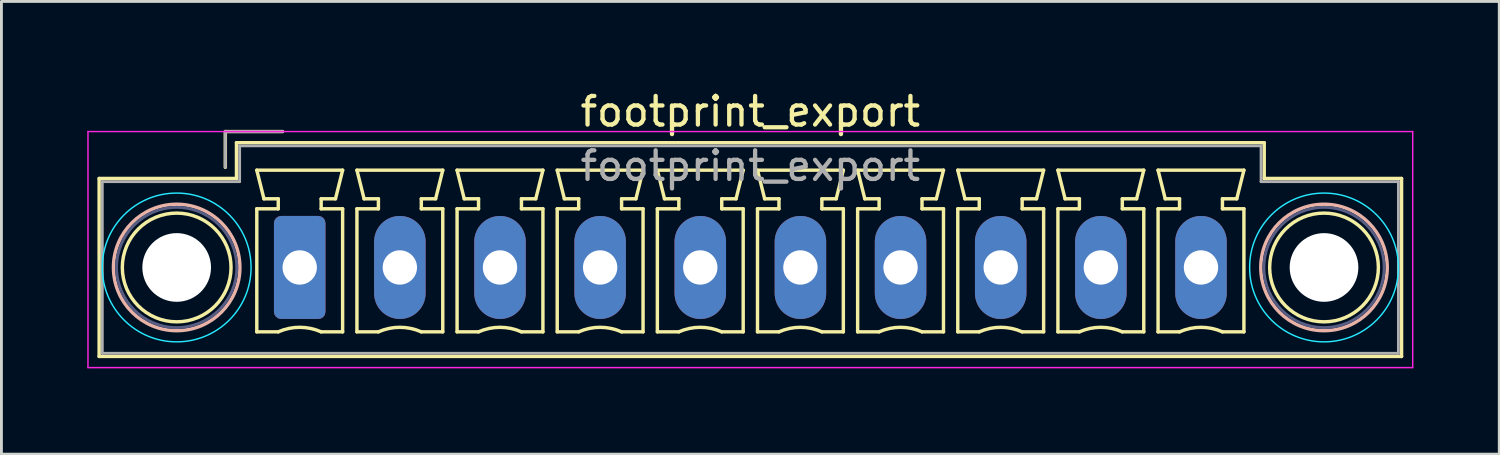
<source format=kicad_pcb>
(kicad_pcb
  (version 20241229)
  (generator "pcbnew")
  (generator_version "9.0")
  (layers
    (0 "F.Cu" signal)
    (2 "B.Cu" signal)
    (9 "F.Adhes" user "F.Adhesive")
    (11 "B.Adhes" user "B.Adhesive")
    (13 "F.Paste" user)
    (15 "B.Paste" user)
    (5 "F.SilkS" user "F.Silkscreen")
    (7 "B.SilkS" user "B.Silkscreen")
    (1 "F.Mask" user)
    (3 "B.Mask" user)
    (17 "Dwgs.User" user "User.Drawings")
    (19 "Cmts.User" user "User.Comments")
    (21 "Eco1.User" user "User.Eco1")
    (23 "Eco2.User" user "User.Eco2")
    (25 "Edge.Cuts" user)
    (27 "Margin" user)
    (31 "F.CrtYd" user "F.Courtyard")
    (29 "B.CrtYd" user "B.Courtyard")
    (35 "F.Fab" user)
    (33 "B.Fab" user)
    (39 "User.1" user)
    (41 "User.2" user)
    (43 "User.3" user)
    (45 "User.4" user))
  (footprint "footprint_export"
    (layer "F.Cu")
    (at 7.425 6.298)
    (property "Reference" "footprint_export" (at 15.75 -5.45 0) (layer "F.SilkS") (effects (font (size 1 1) (thickness 0.15))))
    (attr through_hole)
    (fp_line (start -7.01 -3.11) (end -7.01 3.11) (stroke (width 0.12) (type solid)) (layer "F.SilkS"))
    (fp_line (start -7.01 3.11) (end 38.51 3.11) (stroke (width 0.12) (type solid)) (layer "F.SilkS"))
    (fp_line (start -2.6 -4.75) (end -0.6 -4.75) (stroke (width 0.12) (type solid)) (layer "F.SilkS"))
    (fp_line (start -2.6 -3.5) (end -2.6 -4.75) (stroke (width 0.12) (type solid)) (layer "F.SilkS"))
    (fp_line (start -2.21 -4.36) (end -2.21 -3.11) (stroke (width 0.12) (type solid)) (layer "F.SilkS"))
    (fp_line (start -2.21 -3.11) (end -7.01 -3.11) (stroke (width 0.12) (type solid)) (layer "F.SilkS"))
    (fp_line (start -1.5 -3.4) (end 1.5 -3.4) (stroke (width 0.12) (type solid)) (layer "F.SilkS"))
    (fp_line (start -1.5 -2.05) (end -0.75 -2.05) (stroke (width 0.12) (type solid)) (layer "F.SilkS"))
    (fp_line (start -1.5 2.25) (end -1.5 -2.05) (stroke (width 0.12) (type solid)) (layer "F.SilkS"))
    (fp_line (start -1.25 -2.4) (end -1.5 -3.4) (stroke (width 0.12) (type solid)) (layer "F.SilkS"))
    (fp_line (start -0.75 -2.4) (end -1.25 -2.4) (stroke (width 0.12) (type solid)) (layer "F.SilkS"))
    (fp_line (start -0.75 -2.05) (end -0.75 -2.4) (stroke (width 0.12) (type solid)) (layer "F.SilkS"))
    (fp_line (start -0.75 2.25) (end -1.5 2.25) (stroke (width 0.12) (type solid)) (layer "F.SilkS"))
    (fp_line (start 0.75 -2.4) (end 0.75 -2.05) (stroke (width 0.12) (type solid)) (layer "F.SilkS"))
    (fp_line (start 0.75 -2.05) (end 1.5 -2.05) (stroke (width 0.12) (type solid)) (layer "F.SilkS"))
    (fp_line (start 1.25 -2.4) (end 0.75 -2.4) (stroke (width 0.12) (type solid)) (layer "F.SilkS"))
    (fp_line (start 1.5 -3.4) (end 1.25 -2.4) (stroke (width 0.12) (type solid)) (layer "F.SilkS"))
    (fp_line (start 1.5 -2.05) (end 1.5 2.25) (stroke (width 0.12) (type solid)) (layer "F.SilkS"))
    (fp_line (start 1.5 2.25) (end 0.75 2.25) (stroke (width 0.12) (type solid)) (layer "F.SilkS"))
    (fp_line (start 2 -3.4) (end 5 -3.4) (stroke (width 0.12) (type solid)) (layer "F.SilkS"))
    (fp_line (start 2 -2.05) (end 2.75 -2.05) (stroke (width 0.12) (type solid)) (layer "F.SilkS"))
    (fp_line (start 2 2.25) (end 2 -2.05) (stroke (width 0.12) (type solid)) (layer "F.SilkS"))
    (fp_line (start 2.25 -2.4) (end 2 -3.4) (stroke (width 0.12) (type solid)) (layer "F.SilkS"))
    (fp_line (start 2.75 -2.4) (end 2.25 -2.4) (stroke (width 0.12) (type solid)) (layer "F.SilkS"))
    (fp_line (start 2.75 -2.05) (end 2.75 -2.4) (stroke (width 0.12) (type solid)) (layer "F.SilkS"))
    (fp_line (start 2.75 2.25) (end 2 2.25) (stroke (width 0.12) (type solid)) (layer "F.SilkS"))
    (fp_line (start 4.25 -2.4) (end 4.25 -2.05) (stroke (width 0.12) (type solid)) (layer "F.SilkS"))
    (fp_line (start 4.25 -2.05) (end 5 -2.05) (stroke (width 0.12) (type solid)) (layer "F.SilkS"))
    (fp_line (start 4.75 -2.4) (end 4.25 -2.4) (stroke (width 0.12) (type solid)) (layer "F.SilkS"))
    (fp_line (start 5 -3.4) (end 4.75 -2.4) (stroke (width 0.12) (type solid)) (layer "F.SilkS"))
    (fp_line (start 5 -2.05) (end 5 2.25) (stroke (width 0.12) (type solid)) (layer "F.SilkS"))
    (fp_line (start 5 2.25) (end 4.25 2.25) (stroke (width 0.12) (type solid)) (layer "F.SilkS"))
    (fp_line (start 5.5 -3.4) (end 8.5 -3.4) (stroke (width 0.12) (type solid)) (layer "F.SilkS"))
    (fp_line (start 5.5 -2.05) (end 6.25 -2.05) (stroke (width 0.12) (type solid)) (layer "F.SilkS"))
    (fp_line (start 5.5 2.25) (end 5.5 -2.05) (stroke (width 0.12) (type solid)) (layer "F.SilkS"))
    (fp_line (start 5.75 -2.4) (end 5.5 -3.4) (stroke (width 0.12) (type solid)) (layer "F.SilkS"))
    (fp_line (start 6.25 -2.4) (end 5.75 -2.4) (stroke (width 0.12) (type solid)) (layer "F.SilkS"))
    (fp_line (start 6.25 -2.05) (end 6.25 -2.4) (stroke (width 0.12) (type solid)) (layer "F.SilkS"))
    (fp_line (start 6.25 2.25) (end 5.5 2.25) (stroke (width 0.12) (type solid)) (layer "F.SilkS"))
    (fp_line (start 7.75 -2.4) (end 7.75 -2.05) (stroke (width 0.12) (type solid)) (layer "F.SilkS"))
    (fp_line (start 7.75 -2.05) (end 8.5 -2.05) (stroke (width 0.12) (type solid)) (layer "F.SilkS"))
    (fp_line (start 8.25 -2.4) (end 7.75 -2.4) (stroke (width 0.12) (type solid)) (layer "F.SilkS"))
    (fp_line (start 8.5 -3.4) (end 8.25 -2.4) (stroke (width 0.12) (type solid)) (layer "F.SilkS"))
    (fp_line (start 8.5 -2.05) (end 8.5 2.25) (stroke (width 0.12) (type solid)) (layer "F.SilkS"))
    (fp_line (start 8.5 2.25) (end 7.75 2.25) (stroke (width 0.12) (type solid)) (layer "F.SilkS"))
    (fp_line (start 9 -3.4) (end 12 -3.4) (stroke (width 0.12) (type solid)) (layer "F.SilkS"))
    (fp_line (start 9 -2.05) (end 9.75 -2.05) (stroke (width 0.12) (type solid)) (layer "F.SilkS"))
    (fp_line (start 9 2.25) (end 9 -2.05) (stroke (width 0.12) (type solid)) (layer "F.SilkS"))
    (fp_line (start 9.25 -2.4) (end 9 -3.4) (stroke (width 0.12) (type solid)) (layer "F.SilkS"))
    (fp_line (start 9.75 -2.4) (end 9.25 -2.4) (stroke (width 0.12) (type solid)) (layer "F.SilkS"))
    (fp_line (start 9.75 -2.05) (end 9.75 -2.4) (stroke (width 0.12) (type solid)) (layer "F.SilkS"))
    (fp_line (start 9.75 2.25) (end 9 2.25) (stroke (width 0.12) (type solid)) (layer "F.SilkS"))
    (fp_line (start 11.25 -2.4) (end 11.25 -2.05) (stroke (width 0.12) (type solid)) (layer "F.SilkS"))
    (fp_line (start 11.25 -2.05) (end 12 -2.05) (stroke (width 0.12) (type solid)) (layer "F.SilkS"))
    (fp_line (start 11.75 -2.4) (end 11.25 -2.4) (stroke (width 0.12) (type solid)) (layer "F.SilkS"))
    (fp_line (start 12 -3.4) (end 11.75 -2.4) (stroke (width 0.12) (type solid)) (layer "F.SilkS"))
    (fp_line (start 12 -2.05) (end 12 2.25) (stroke (width 0.12) (type solid)) (layer "F.SilkS"))
    (fp_line (start 12 2.25) (end 11.25 2.25) (stroke (width 0.12) (type solid)) (layer "F.SilkS"))
    (fp_line (start 12.5 -3.4) (end 15.5 -3.4) (stroke (width 0.12) (type solid)) (layer "F.SilkS"))
    (fp_line (start 12.5 -2.05) (end 13.25 -2.05) (stroke (width 0.12) (type solid)) (layer "F.SilkS"))
    (fp_line (start 12.5 2.25) (end 12.5 -2.05) (stroke (width 0.12) (type solid)) (layer "F.SilkS"))
    (fp_line (start 12.75 -2.4) (end 12.5 -3.4) (stroke (width 0.12) (type solid)) (layer "F.SilkS"))
    (fp_line (start 13.25 -2.4) (end 12.75 -2.4) (stroke (width 0.12) (type solid)) (layer "F.SilkS"))
    (fp_line (start 13.25 -2.05) (end 13.25 -2.4) (stroke (width 0.12) (type solid)) (layer "F.SilkS"))
    (fp_line (start 13.25 2.25) (end 12.5 2.25) (stroke (width 0.12) (type solid)) (layer "F.SilkS"))
    (fp_line (start 14.75 -2.4) (end 14.75 -2.05) (stroke (width 0.12) (type solid)) (layer "F.SilkS"))
    (fp_line (start 14.75 -2.05) (end 15.5 -2.05) (stroke (width 0.12) (type solid)) (layer "F.SilkS"))
    (fp_line (start 15.25 -2.4) (end 14.75 -2.4) (stroke (width 0.12) (type solid)) (layer "F.SilkS"))
    (fp_line (start 15.5 -3.4) (end 15.25 -2.4) (stroke (width 0.12) (type solid)) (layer "F.SilkS"))
    (fp_line (start 15.5 -2.05) (end 15.5 2.25) (stroke (width 0.12) (type solid)) (layer "F.SilkS"))
    (fp_line (start 15.5 2.25) (end 14.75 2.25) (stroke (width 0.12) (type solid)) (layer "F.SilkS"))
    (fp_line (start 16 -3.4) (end 19 -3.4) (stroke (width 0.12) (type solid)) (layer "F.SilkS"))
    (fp_line (start 16 -2.05) (end 16.75 -2.05) (stroke (width 0.12) (type solid)) (layer "F.SilkS"))
    (fp_line (start 16 2.25) (end 16 -2.05) (stroke (width 0.12) (type solid)) (layer "F.SilkS"))
    (fp_line (start 16.25 -2.4) (end 16 -3.4) (stroke (width 0.12) (type solid)) (layer "F.SilkS"))
    (fp_line (start 16.75 -2.4) (end 16.25 -2.4) (stroke (width 0.12) (type solid)) (layer "F.SilkS"))
    (fp_line (start 16.75 -2.05) (end 16.75 -2.4) (stroke (width 0.12) (type solid)) (layer "F.SilkS"))
    (fp_line (start 16.75 2.25) (end 16 2.25) (stroke (width 0.12) (type solid)) (layer "F.SilkS"))
    (fp_line (start 18.25 -2.4) (end 18.25 -2.05) (stroke (width 0.12) (type solid)) (layer "F.SilkS"))
    (fp_line (start 18.25 -2.05) (end 19 -2.05) (stroke (width 0.12) (type solid)) (layer "F.SilkS"))
    (fp_line (start 18.75 -2.4) (end 18.25 -2.4) (stroke (width 0.12) (type solid)) (layer "F.SilkS"))
    (fp_line (start 19 -3.4) (end 18.75 -2.4) (stroke (width 0.12) (type solid)) (layer "F.SilkS"))
    (fp_line (start 19 -2.05) (end 19 2.25) (stroke (width 0.12) (type solid)) (layer "F.SilkS"))
    (fp_line (start 19 2.25) (end 18.25 2.25) (stroke (width 0.12) (type solid)) (layer "F.SilkS"))
    (fp_line (start 19.5 -3.4) (end 22.5 -3.4) (stroke (width 0.12) (type solid)) (layer "F.SilkS"))
    (fp_line (start 19.5 -2.05) (end 20.25 -2.05) (stroke (width 0.12) (type solid)) (layer "F.SilkS"))
    (fp_line (start 19.5 2.25) (end 19.5 -2.05) (stroke (width 0.12) (type solid)) (layer "F.SilkS"))
    (fp_line (start 19.75 -2.4) (end 19.5 -3.4) (stroke (width 0.12) (type solid)) (layer "F.SilkS"))
    (fp_line (start 20.25 -2.4) (end 19.75 -2.4) (stroke (width 0.12) (type solid)) (layer "F.SilkS"))
    (fp_line (start 20.25 -2.05) (end 20.25 -2.4) (stroke (width 0.12) (type solid)) (layer "F.SilkS"))
    (fp_line (start 20.25 2.25) (end 19.5 2.25) (stroke (width 0.12) (type solid)) (layer "F.SilkS"))
    (fp_line (start 21.75 -2.4) (end 21.75 -2.05) (stroke (width 0.12) (type solid)) (layer "F.SilkS"))
    (fp_line (start 21.75 -2.05) (end 22.5 -2.05) (stroke (width 0.12) (type solid)) (layer "F.SilkS"))
    (fp_line (start 22.25 -2.4) (end 21.75 -2.4) (stroke (width 0.12) (type solid)) (layer "F.SilkS"))
    (fp_line (start 22.5 -3.4) (end 22.25 -2.4) (stroke (width 0.12) (type solid)) (layer "F.SilkS"))
    (fp_line (start 22.5 -2.05) (end 22.5 2.25) (stroke (width 0.12) (type solid)) (layer "F.SilkS"))
    (fp_line (start 22.5 2.25) (end 21.75 2.25) (stroke (width 0.12) (type solid)) (layer "F.SilkS"))
    (fp_line (start 23 -3.4) (end 26 -3.4) (stroke (width 0.12) (type solid)) (layer "F.SilkS"))
    (fp_line (start 23 -2.05) (end 23.75 -2.05) (stroke (width 0.12) (type solid)) (layer "F.SilkS"))
    (fp_line (start 23 2.25) (end 23 -2.05) (stroke (width 0.12) (type solid)) (layer "F.SilkS"))
    (fp_line (start 23.25 -2.4) (end 23 -3.4) (stroke (width 0.12) (type solid)) (layer "F.SilkS"))
    (fp_line (start 23.75 -2.4) (end 23.25 -2.4) (stroke (width 0.12) (type solid)) (layer "F.SilkS"))
    (fp_line (start 23.75 -2.05) (end 23.75 -2.4) (stroke (width 0.12) (type solid)) (layer "F.SilkS"))
    (fp_line (start 23.75 2.25) (end 23 2.25) (stroke (width 0.12) (type solid)) (layer "F.SilkS"))
    (fp_line (start 25.25 -2.4) (end 25.25 -2.05) (stroke (width 0.12) (type solid)) (layer "F.SilkS"))
    (fp_line (start 25.25 -2.05) (end 26 -2.05) (stroke (width 0.12) (type solid)) (layer "F.SilkS"))
    (fp_line (start 25.75 -2.4) (end 25.25 -2.4) (stroke (width 0.12) (type solid)) (layer "F.SilkS"))
    (fp_line (start 26 -3.4) (end 25.75 -2.4) (stroke (width 0.12) (type solid)) (layer "F.SilkS"))
    (fp_line (start 26 -2.05) (end 26 2.25) (stroke (width 0.12) (type solid)) (layer "F.SilkS"))
    (fp_line (start 26 2.25) (end 25.25 2.25) (stroke (width 0.12) (type solid)) (layer "F.SilkS"))
    (fp_line (start 26.5 -3.4) (end 29.5 -3.4) (stroke (width 0.12) (type solid)) (layer "F.SilkS"))
    (fp_line (start 26.5 -2.05) (end 27.25 -2.05) (stroke (width 0.12) (type solid)) (layer "F.SilkS"))
    (fp_line (start 26.5 2.25) (end 26.5 -2.05) (stroke (width 0.12) (type solid)) (layer "F.SilkS"))
    (fp_line (start 26.75 -2.4) (end 26.5 -3.4) (stroke (width 0.12) (type solid)) (layer "F.SilkS"))
    (fp_line (start 27.25 -2.4) (end 26.75 -2.4) (stroke (width 0.12) (type solid)) (layer "F.SilkS"))
    (fp_line (start 27.25 -2.05) (end 27.25 -2.4) (stroke (width 0.12) (type solid)) (layer "F.SilkS"))
    (fp_line (start 27.25 2.25) (end 26.5 2.25) (stroke (width 0.12) (type solid)) (layer "F.SilkS"))
    (fp_line (start 28.75 -2.4) (end 28.75 -2.05) (stroke (width 0.12) (type solid)) (layer "F.SilkS"))
    (fp_line (start 28.75 -2.05) (end 29.5 -2.05) (stroke (width 0.12) (type solid)) (layer "F.SilkS"))
    (fp_line (start 29.25 -2.4) (end 28.75 -2.4) (stroke (width 0.12) (type solid)) (layer "F.SilkS"))
    (fp_line (start 29.5 -3.4) (end 29.25 -2.4) (stroke (width 0.12) (type solid)) (layer "F.SilkS"))
    (fp_line (start 29.5 -2.05) (end 29.5 2.25) (stroke (width 0.12) (type solid)) (layer "F.SilkS"))
    (fp_line (start 29.5 2.25) (end 28.75 2.25) (stroke (width 0.12) (type solid)) (layer "F.SilkS"))
    (fp_line (start 30 -3.4) (end 33 -3.4) (stroke (width 0.12) (type solid)) (layer "F.SilkS"))
    (fp_line (start 30 -2.05) (end 30.75 -2.05) (stroke (width 0.12) (type solid)) (layer "F.SilkS"))
    (fp_line (start 30 2.25) (end 30 -2.05) (stroke (width 0.12) (type solid)) (layer "F.SilkS"))
    (fp_line (start 30.25 -2.4) (end 30 -3.4) (stroke (width 0.12) (type solid)) (layer "F.SilkS"))
    (fp_line (start 30.75 -2.4) (end 30.25 -2.4) (stroke (width 0.12) (type solid)) (layer "F.SilkS"))
    (fp_line (start 30.75 -2.05) (end 30.75 -2.4) (stroke (width 0.12) (type solid)) (layer "F.SilkS"))
    (fp_line (start 30.75 2.25) (end 30 2.25) (stroke (width 0.12) (type solid)) (layer "F.SilkS"))
    (fp_line (start 32.25 -2.4) (end 32.25 -2.05) (stroke (width 0.12) (type solid)) (layer "F.SilkS"))
    (fp_line (start 32.25 -2.05) (end 33 -2.05) (stroke (width 0.12) (type solid)) (layer "F.SilkS"))
    (fp_line (start 32.75 -2.4) (end 32.25 -2.4) (stroke (width 0.12) (type solid)) (layer "F.SilkS"))
    (fp_line (start 33 -3.4) (end 32.75 -2.4) (stroke (width 0.12) (type solid)) (layer "F.SilkS"))
    (fp_line (start 33 -2.05) (end 33 2.25) (stroke (width 0.12) (type solid)) (layer "F.SilkS"))
    (fp_line (start 33 2.25) (end 32.25 2.25) (stroke (width 0.12) (type solid)) (layer "F.SilkS"))
    (fp_line (start 33.71 -4.36) (end -2.21 -4.36) (stroke (width 0.12) (type solid)) (layer "F.SilkS"))
    (fp_line (start 33.71 -3.11) (end 33.71 -4.36) (stroke (width 0.12) (type solid)) (layer "F.SilkS"))
    (fp_line (start 38.51 -3.11) (end 33.71 -3.11) (stroke (width 0.12) (type solid)) (layer "F.SilkS"))
    (fp_line (start 38.51 3.11) (end 38.51 -3.11) (stroke (width 0.12) (type solid)) (layer "F.SilkS"))
    (fp_arc (start -0.75 2.25) (mid -0.000193 2.09191) (end 0.749647 2.249844) (stroke (width 0.12) (type solid)) (layer "F.SilkS"))
    (fp_arc (start 2.75 2.25) (mid 3.499807 2.09191) (end 4.249647 2.249844) (stroke (width 0.12) (type solid)) (layer "F.SilkS"))
    (fp_arc (start 6.25 2.25) (mid 6.999807 2.09191) (end 7.749647 2.249844) (stroke (width 0.12) (type solid)) (layer "F.SilkS"))
    (fp_arc (start 9.75 2.25) (mid 10.499807 2.09191) (end 11.249647 2.249844) (stroke (width 0.12) (type solid)) (layer "F.SilkS"))
    (fp_arc (start 13.25 2.25) (mid 13.999807 2.09191) (end 14.749647 2.249844) (stroke (width 0.12) (type solid)) (layer "F.SilkS"))
    (fp_arc (start 16.75 2.25) (mid 17.499807 2.09191) (end 18.249647 2.249844) (stroke (width 0.12) (type solid)) (layer "F.SilkS"))
    (fp_arc (start 20.25 2.25) (mid 20.999807 2.09191) (end 21.749647 2.249844) (stroke (width 0.12) (type solid)) (layer "F.SilkS"))
    (fp_arc (start 23.75 2.25) (mid 24.499807 2.09191) (end 25.249647 2.249844) (stroke (width 0.12) (type solid)) (layer "F.SilkS"))
    (fp_arc (start 27.25 2.25) (mid 27.999807 2.09191) (end 28.749647 2.249844) (stroke (width 0.12) (type solid)) (layer "F.SilkS"))
    (fp_arc (start 30.75 2.25) (mid 31.499807 2.09191) (end 32.249647 2.249844) (stroke (width 0.12) (type solid)) (layer "F.SilkS"))
    (fp_circle (center -4.3 0) (end -2.4 0) (stroke (width 0.12) (type solid)) (fill no) (layer "F.SilkS"))
    (fp_circle (center 35.8 0) (end 37.7 0) (stroke (width 0.12) (type solid)) (fill no) (layer "F.SilkS"))
    (fp_circle (center -4.3 0) (end -2.09 0) (stroke (width 0.12) (type solid)) (fill no) (layer "B.SilkS"))
    (fp_circle (center 35.8 0) (end 38.01 0) (stroke (width 0.12) (type solid)) (fill no) (layer "B.SilkS"))
    (fp_circle (center -4.3 0) (end -1.7 0) (stroke (width 0.05) (type solid)) (fill no) (layer "B.CrtYd"))
    (fp_circle (center 35.8 0) (end 38.4 0) (stroke (width 0.05) (type solid)) (fill no) (layer "B.CrtYd"))
    (fp_line (start -7.4 -4.75) (end -7.4 3.5) (stroke (width 0.05) (type solid)) (layer "F.CrtYd"))
    (fp_line (start -7.4 3.5) (end 38.9 3.5) (stroke (width 0.05) (type solid)) (layer "F.CrtYd"))
    (fp_line (start 38.9 -4.75) (end -7.4 -4.75) (stroke (width 0.05) (type solid)) (layer "F.CrtYd"))
    (fp_line (start 38.9 3.5) (end 38.9 -4.75) (stroke (width 0.05) (type solid)) (layer "F.CrtYd"))
    (fp_circle (center -4.3 0) (end -2.2 0) (stroke (width 0.1) (type solid)) (fill no) (layer "B.Fab"))
    (fp_circle (center 35.8 0) (end 37.9 0) (stroke (width 0.1) (type solid)) (fill no) (layer "B.Fab"))
    (fp_line (start -6.9 -3) (end -6.9 3) (stroke (width 0.1) (type solid)) (layer "F.Fab"))
    (fp_line (start -6.9 3) (end 38.4 3) (stroke (width 0.1) (type solid)) (layer "F.Fab"))
    (fp_line (start -2.6 -4.75) (end -0.6 -4.75) (stroke (width 0.1) (type solid)) (layer "F.Fab"))
    (fp_line (start -2.6 -3.5) (end -2.6 -4.75) (stroke (width 0.1) (type solid)) (layer "F.Fab"))
    (fp_line (start -2.1 -4.25) (end -2.1 -3) (stroke (width 0.1) (type solid)) (layer "F.Fab"))
    (fp_line (start -2.1 -3) (end -6.9 -3) (stroke (width 0.1) (type solid)) (layer "F.Fab"))
    (fp_line (start 33.6 -4.25) (end -2.1 -4.25) (stroke (width 0.1) (type solid)) (layer "F.Fab"))
    (fp_line (start 33.6 -3) (end 33.6 -4.25) (stroke (width 0.1) (type solid)) (layer "F.Fab"))
    (fp_line (start 38.4 -3) (end 33.6 -3) (stroke (width 0.1) (type solid)) (layer "F.Fab"))
    (fp_line (start 38.4 3) (end 38.4 -3) (stroke (width 0.1) (type solid)) (layer "F.Fab"))
    (fp_text user "${REFERENCE}" (at 15.75 -3.55 0) (layer "F.Fab") (effects (font (size 1 1) (thickness 0.15))))
    (pad "" np_thru_hole circle (at -4.3 0) (size 2.4 2.4) (drill 2.4) (layers "*.Cu" "*.Mask"))
    (pad "" np_thru_hole circle (at 35.8 0) (size 2.4 2.4) (drill 2.4) (layers "*.Cu" "*.Mask"))
    (pad "1" thru_hole roundrect (at 0 0) (size 1.8 3.6) (drill 1.2) (layers "*.Cu" "*.Mask") (roundrect_rratio 0.139))
    (pad "2" thru_hole oval (at 3.5 0) (size 1.8 3.6) (drill 1.2) (layers "*.Cu" "*.Mask"))
    (pad "3" thru_hole oval (at 7 0) (size 1.8 3.6) (drill 1.2) (layers "*.Cu" "*.Mask"))
    (pad "4" thru_hole oval (at 10.5 0) (size 1.8 3.6) (drill 1.2) (layers "*.Cu" "*.Mask"))
    (pad "5" thru_hole oval (at 14 0) (size 1.8 3.6) (drill 1.2) (layers "*.Cu" "*.Mask"))
    (pad "6" thru_hole oval (at 17.5 0) (size 1.8 3.6) (drill 1.2) (layers "*.Cu" "*.Mask"))
    (pad "7" thru_hole oval (at 21 0) (size 1.8 3.6) (drill 1.2) (layers "*.Cu" "*.Mask"))
    (pad "8" thru_hole oval (at 24.5 0) (size 1.8 3.6) (drill 1.2) (layers "*.Cu" "*.Mask"))
    (pad "9" thru_hole oval (at 28 0) (size 1.8 3.6) (drill 1.2) (layers "*.Cu" "*.Mask"))
    (pad "10" thru_hole oval (at 31.5 0) (size 1.8 3.6) (drill 1.2) (layers "*.Cu" "*.Mask")))
  (gr_rect
    (start -3 -3)
    (end 49.35 12.823)
    (stroke (width 0.1) (type default))
    (fill no)
    (layer "Edge.Cuts")))
</source>
